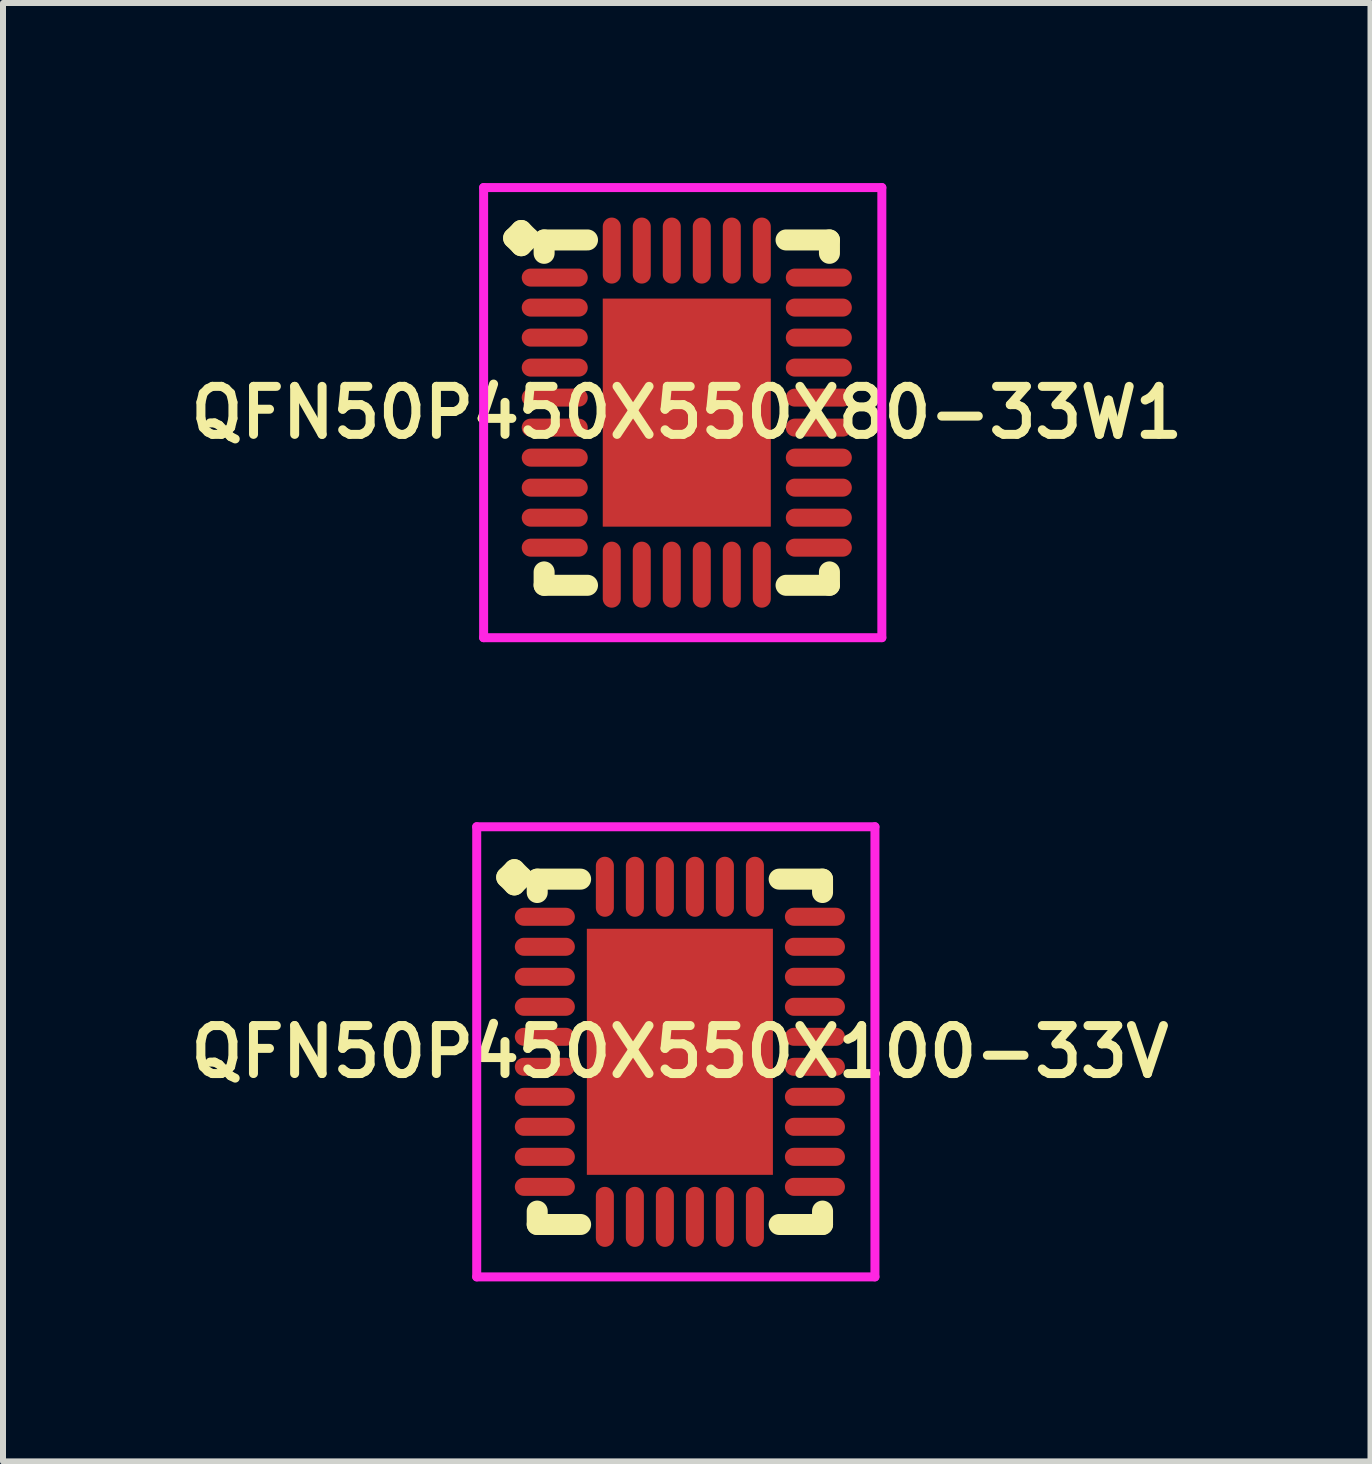
<source format=kicad_pcb>
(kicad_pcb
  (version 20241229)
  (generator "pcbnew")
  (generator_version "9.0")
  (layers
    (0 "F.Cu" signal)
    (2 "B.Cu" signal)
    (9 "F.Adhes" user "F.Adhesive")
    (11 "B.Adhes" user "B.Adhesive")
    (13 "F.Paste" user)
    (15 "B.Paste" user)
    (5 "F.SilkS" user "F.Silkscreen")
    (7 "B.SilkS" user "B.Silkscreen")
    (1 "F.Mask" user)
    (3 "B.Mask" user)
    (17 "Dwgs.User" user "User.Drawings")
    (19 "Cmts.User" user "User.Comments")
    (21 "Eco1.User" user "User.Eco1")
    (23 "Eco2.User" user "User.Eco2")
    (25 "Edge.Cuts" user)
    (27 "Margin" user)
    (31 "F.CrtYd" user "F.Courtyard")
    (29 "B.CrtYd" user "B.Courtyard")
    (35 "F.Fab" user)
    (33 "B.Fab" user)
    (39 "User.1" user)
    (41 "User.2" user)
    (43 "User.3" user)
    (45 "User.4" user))
  (footprint "QFN50P450X550X100-33V"
    (layer "F.Cu")
    (at 8.278 14.475)
    (property "Reference" "QFN50P450X550X100-33V" (at 0 0 0) (layer "F.SilkS") (effects (font (size 0.8 0.8) (thickness 0.15))))
    (attr smd)
    (fp_line (start -2.885 -2.908) (end -2.758 -3.035) (stroke (width 0.35) (type solid)) (layer "F.SilkS"))
    (fp_line (start -2.758 -3.035) (end -2.631 -2.908) (stroke (width 0.35) (type solid)) (layer "F.SilkS"))
    (fp_line (start -2.758 -2.781) (end -2.885 -2.908) (stroke (width 0.35) (type solid)) (layer "F.SilkS"))
    (fp_line (start -2.631 -2.908) (end -2.758 -2.781) (stroke (width 0.35) (type solid)) (layer "F.SilkS"))
    (fp_line (start -2.377 -2.877) (end -1.654 -2.877) (stroke (width 0.35) (type solid)) (layer "F.SilkS"))
    (fp_line (start -2.377 -2.654) (end -2.377 -2.877) (stroke (width 0.35) (type solid)) (layer "F.SilkS"))
    (fp_line (start -2.377 2.654) (end -2.377 2.877) (stroke (width 0.35) (type solid)) (layer "F.SilkS"))
    (fp_line (start -2.377 2.877) (end -1.654 2.877) (stroke (width 0.35) (type solid)) (layer "F.SilkS"))
    (fp_line (start 1.654 -2.877) (end 2.377 -2.877) (stroke (width 0.35) (type solid)) (layer "F.SilkS"))
    (fp_line (start 1.654 2.877) (end 2.377 2.877) (stroke (width 0.35) (type solid)) (layer "F.SilkS"))
    (fp_line (start 2.377 -2.877) (end 2.377 -2.654) (stroke (width 0.35) (type solid)) (layer "F.SilkS"))
    (fp_line (start 2.377 2.877) (end 2.377 2.654) (stroke (width 0.35) (type solid)) (layer "F.SilkS"))
    (fp_line (start -3.385 -3.75) (end 3.25 -3.75) (stroke (width 0.15) (type solid)) (layer "F.CrtYd"))
    (fp_line (start -3.385 3.75) (end -3.385 -3.75) (stroke (width 0.15) (type solid)) (layer "F.CrtYd"))
    (fp_line (start 3.25 -3.75) (end 3.25 3.75) (stroke (width 0.15) (type solid)) (layer "F.CrtYd"))
    (fp_line (start 3.25 3.75) (end -3.385 3.75) (stroke (width 0.15) (type solid)) (layer "F.CrtYd"))
    (pad "1" smd oval (at -2.25 -2.25) (size 1 0.3) (layers "F.Cu" "F.Mask" "F.Paste"))
    (pad "2" smd oval (at -2.25 -1.75) (size 1 0.3) (layers "F.Cu" "F.Mask" "F.Paste"))
    (pad "3" smd oval (at -2.25 -1.25) (size 1 0.3) (layers "F.Cu" "F.Mask" "F.Paste"))
    (pad "4" smd oval (at -2.25 -0.75) (size 1 0.3) (layers "F.Cu" "F.Mask" "F.Paste"))
    (pad "5" smd oval (at -2.25 -0.25) (size 1 0.3) (layers "F.Cu" "F.Mask" "F.Paste"))
    (pad "6" smd oval (at -2.25 0.25) (size 1 0.3) (layers "F.Cu" "F.Mask" "F.Paste"))
    (pad "7" smd oval (at -2.25 0.75) (size 1 0.3) (layers "F.Cu" "F.Mask" "F.Paste"))
    (pad "8" smd oval (at -2.25 1.25) (size 1 0.3) (layers "F.Cu" "F.Mask" "F.Paste"))
    (pad "9" smd oval (at -2.25 1.75) (size 1 0.3) (layers "F.Cu" "F.Mask" "F.Paste"))
    (pad "10" smd oval (at -2.25 2.25) (size 1 0.3) (layers "F.Cu" "F.Mask" "F.Paste"))
    (pad "11" smd oval (at -1.25 2.75) (size 0.3 1) (layers "F.Cu" "F.Mask" "F.Paste"))
    (pad "12" smd oval (at -0.75 2.75) (size 0.3 1) (layers "F.Cu" "F.Mask" "F.Paste"))
    (pad "13" smd oval (at -0.25 2.75) (size 0.3 1) (layers "F.Cu" "F.Mask" "F.Paste"))
    (pad "14" smd oval (at 0.25 2.75) (size 0.3 1) (layers "F.Cu" "F.Mask" "F.Paste"))
    (pad "15" smd oval (at 0.75 2.75) (size 0.3 1) (layers "F.Cu" "F.Mask" "F.Paste"))
    (pad "16" smd oval (at 1.25 2.75) (size 0.3 1) (layers "F.Cu" "F.Mask" "F.Paste"))
    (pad "17" smd oval (at 2.25 2.25) (size 1 0.3) (layers "F.Cu" "F.Mask" "F.Paste"))
    (pad "18" smd oval (at 2.25 1.75) (size 1 0.3) (layers "F.Cu" "F.Mask" "F.Paste"))
    (pad "19" smd oval (at 2.25 1.25) (size 1 0.3) (layers "F.Cu" "F.Mask" "F.Paste"))
    (pad "20" smd oval (at 2.25 0.75) (size 1 0.3) (layers "F.Cu" "F.Mask" "F.Paste"))
    (pad "21" smd oval (at 2.25 0.25) (size 1 0.3) (layers "F.Cu" "F.Mask" "F.Paste"))
    (pad "22" smd oval (at 2.25 -0.25) (size 1 0.3) (layers "F.Cu" "F.Mask" "F.Paste"))
    (pad "23" smd oval (at 2.25 -0.75) (size 1 0.3) (layers "F.Cu" "F.Mask" "F.Paste"))
    (pad "24" smd oval (at 2.25 -1.25) (size 1 0.3) (layers "F.Cu" "F.Mask" "F.Paste"))
    (pad "25" smd oval (at 2.25 -1.75) (size 1 0.3) (layers "F.Cu" "F.Mask" "F.Paste"))
    (pad "26" smd oval (at 2.25 -2.25) (size 1 0.3) (layers "F.Cu" "F.Mask" "F.Paste"))
    (pad "27" smd oval (at 1.25 -2.75) (size 0.3 1) (layers "F.Cu" "F.Mask" "F.Paste"))
    (pad "28" smd oval (at 0.75 -2.75) (size 0.3 1) (layers "F.Cu" "F.Mask" "F.Paste"))
    (pad "29" smd oval (at 0.25 -2.75) (size 0.3 1) (layers "F.Cu" "F.Mask" "F.Paste"))
    (pad "30" smd oval (at -0.25 -2.75) (size 0.3 1) (layers "F.Cu" "F.Mask" "F.Paste"))
    (pad "31" smd oval (at -0.75 -2.75) (size 0.3 1) (layers "F.Cu" "F.Mask" "F.Paste"))
    (pad "32" smd oval (at -1.25 -2.75) (size 0.3 1) (layers "F.Cu" "F.Mask" "F.Paste"))
    (pad "33" smd rect (at 0 0) (size 3.1 4.1) (layers "F.Cu" "F.Mask" "F.Paste")))
  (footprint "QFN50P450X550X80-33W1"
    (layer "F.Cu")
    (at 8.393 3.825)
    (property "Reference" "QFN50P450X550X80-33W1" (at 0 0 0) (layer "F.SilkS") (effects (font (size 0.8 0.8) (thickness 0.15))))
    (attr through_hole)
    (fp_line (start -2.885 -2.908) (end -2.758 -3.035) (stroke (width 0.35) (type solid)) (layer "F.SilkS"))
    (fp_line (start -2.758 -3.035) (end -2.631 -2.908) (stroke (width 0.35) (type solid)) (layer "F.SilkS"))
    (fp_line (start -2.758 -2.781) (end -2.885 -2.908) (stroke (width 0.35) (type solid)) (layer "F.SilkS"))
    (fp_line (start -2.631 -2.908) (end -2.758 -2.781) (stroke (width 0.35) (type solid)) (layer "F.SilkS"))
    (fp_line (start -2.377 -2.877) (end -1.654 -2.877) (stroke (width 0.35) (type solid)) (layer "F.SilkS"))
    (fp_line (start -2.377 -2.654) (end -2.377 -2.877) (stroke (width 0.35) (type solid)) (layer "F.SilkS"))
    (fp_line (start -2.377 2.654) (end -2.377 2.877) (stroke (width 0.35) (type solid)) (layer "F.SilkS"))
    (fp_line (start -2.377 2.877) (end -1.654 2.877) (stroke (width 0.35) (type solid)) (layer "F.SilkS"))
    (fp_line (start 1.654 -2.877) (end 2.377 -2.877) (stroke (width 0.35) (type solid)) (layer "F.SilkS"))
    (fp_line (start 1.654 2.877) (end 2.377 2.877) (stroke (width 0.35) (type solid)) (layer "F.SilkS"))
    (fp_line (start 2.377 -2.877) (end 2.377 -2.654) (stroke (width 0.35) (type solid)) (layer "F.SilkS"))
    (fp_line (start 2.377 2.877) (end 2.377 2.654) (stroke (width 0.35) (type solid)) (layer "F.SilkS"))
    (fp_line (start -3.385 -3.75) (end 3.25 -3.75) (stroke (width 0.15) (type solid)) (layer "F.CrtYd"))
    (fp_line (start -3.385 3.75) (end -3.385 -3.75) (stroke (width 0.15) (type solid)) (layer "F.CrtYd"))
    (fp_line (start 3.25 -3.75) (end 3.25 3.75) (stroke (width 0.15) (type solid)) (layer "F.CrtYd"))
    (fp_line (start 3.25 3.75) (end -3.385 3.75) (stroke (width 0.15) (type solid)) (layer "F.CrtYd"))
    (pad "1" smd oval (at -2.2 -2.25) (size 1.1 0.3) (layers "F.Cu" "F.Mask" "F.Paste"))
    (pad "2" smd oval (at -2.2 -1.75) (size 1.1 0.3) (layers "F.Cu" "F.Mask" "F.Paste"))
    (pad "3" smd oval (at -2.2 -1.25) (size 1.1 0.3) (layers "F.Cu" "F.Mask" "F.Paste"))
    (pad "4" smd oval (at -2.2 -0.75) (size 1.1 0.3) (layers "F.Cu" "F.Mask" "F.Paste"))
    (pad "5" smd oval (at -2.2 -0.25) (size 1.1 0.3) (layers "F.Cu" "F.Mask" "F.Paste"))
    (pad "6" smd oval (at -2.2 0.25) (size 1.1 0.3) (layers "F.Cu" "F.Mask" "F.Paste"))
    (pad "7" smd oval (at -2.2 0.75) (size 1.1 0.3) (layers "F.Cu" "F.Mask" "F.Paste"))
    (pad "8" smd oval (at -2.2 1.25) (size 1.1 0.3) (layers "F.Cu" "F.Mask" "F.Paste"))
    (pad "9" smd oval (at -2.2 1.75) (size 1.1 0.3) (layers "F.Cu" "F.Mask" "F.Paste"))
    (pad "10" smd oval (at -2.2 2.25) (size 1.1 0.3) (layers "F.Cu" "F.Mask" "F.Paste"))
    (pad "11" smd oval (at -1.25 2.7) (size 0.3 1.1) (layers "F.Cu" "F.Mask" "F.Paste"))
    (pad "12" smd oval (at -0.75 2.7) (size 0.3 1.1) (layers "F.Cu" "F.Mask" "F.Paste"))
    (pad "13" smd oval (at -0.25 2.7) (size 0.3 1.1) (layers "F.Cu" "F.Mask" "F.Paste"))
    (pad "14" smd oval (at 0.25 2.7) (size 0.3 1.1) (layers "F.Cu" "F.Mask" "F.Paste"))
    (pad "15" smd oval (at 0.75 2.7) (size 0.3 1.1) (layers "F.Cu" "F.Mask" "F.Paste"))
    (pad "16" smd oval (at 1.25 2.7) (size 0.3 1.1) (layers "F.Cu" "F.Mask" "F.Paste"))
    (pad "17" smd oval (at 2.2 2.25) (size 1.1 0.3) (layers "F.Cu" "F.Mask" "F.Paste"))
    (pad "18" smd oval (at 2.2 1.75) (size 1.1 0.3) (layers "F.Cu" "F.Mask" "F.Paste"))
    (pad "19" smd oval (at 2.2 1.25) (size 1.1 0.3) (layers "F.Cu" "F.Mask" "F.Paste"))
    (pad "20" smd oval (at 2.2 0.75) (size 1.1 0.3) (layers "F.Cu" "F.Mask" "F.Paste"))
    (pad "21" smd oval (at 2.2 0.25) (size 1.1 0.3) (layers "F.Cu" "F.Mask" "F.Paste"))
    (pad "22" smd oval (at 2.2 -0.25) (size 1.1 0.3) (layers "F.Cu" "F.Mask" "F.Paste"))
    (pad "23" smd oval (at 2.2 -0.75) (size 1.1 0.3) (layers "F.Cu" "F.Mask" "F.Paste"))
    (pad "24" smd oval (at 2.2 -1.25) (size 1.1 0.3) (layers "F.Cu" "F.Mask" "F.Paste"))
    (pad "25" smd oval (at 2.2 -1.75) (size 1.1 0.3) (layers "F.Cu" "F.Mask" "F.Paste"))
    (pad "26" smd oval (at 2.2 -2.25) (size 1.1 0.3) (layers "F.Cu" "F.Mask" "F.Paste"))
    (pad "27" smd oval (at 1.25 -2.7) (size 0.3 1.1) (layers "F.Cu" "F.Mask" "F.Paste"))
    (pad "28" smd oval (at 0.75 -2.7) (size 0.3 1.1) (layers "F.Cu" "F.Mask" "F.Paste"))
    (pad "29" smd oval (at 0.25 -2.7) (size 0.3 1.1) (layers "F.Cu" "F.Mask" "F.Paste"))
    (pad "30" smd oval (at -0.25 -2.7) (size 0.3 1.1) (layers "F.Cu" "F.Mask" "F.Paste"))
    (pad "31" smd oval (at -0.75 -2.7) (size 0.3 1.1) (layers "F.Cu" "F.Mask" "F.Paste"))
    (pad "32" smd oval (at -1.25 -2.7) (size 0.3 1.1) (layers "F.Cu" "F.Mask" "F.Paste"))
    (pad "33" smd rect (at 0 0) (size 2.8 3.8) (layers "F.Cu" "F.Mask" "F.Paste")))
  (gr_rect
    (start -3 -3)
    (end 19.785 21.3)
    (stroke (width 0.1) (type default))
    (fill no)
    (layer "Edge.Cuts")))
</source>
